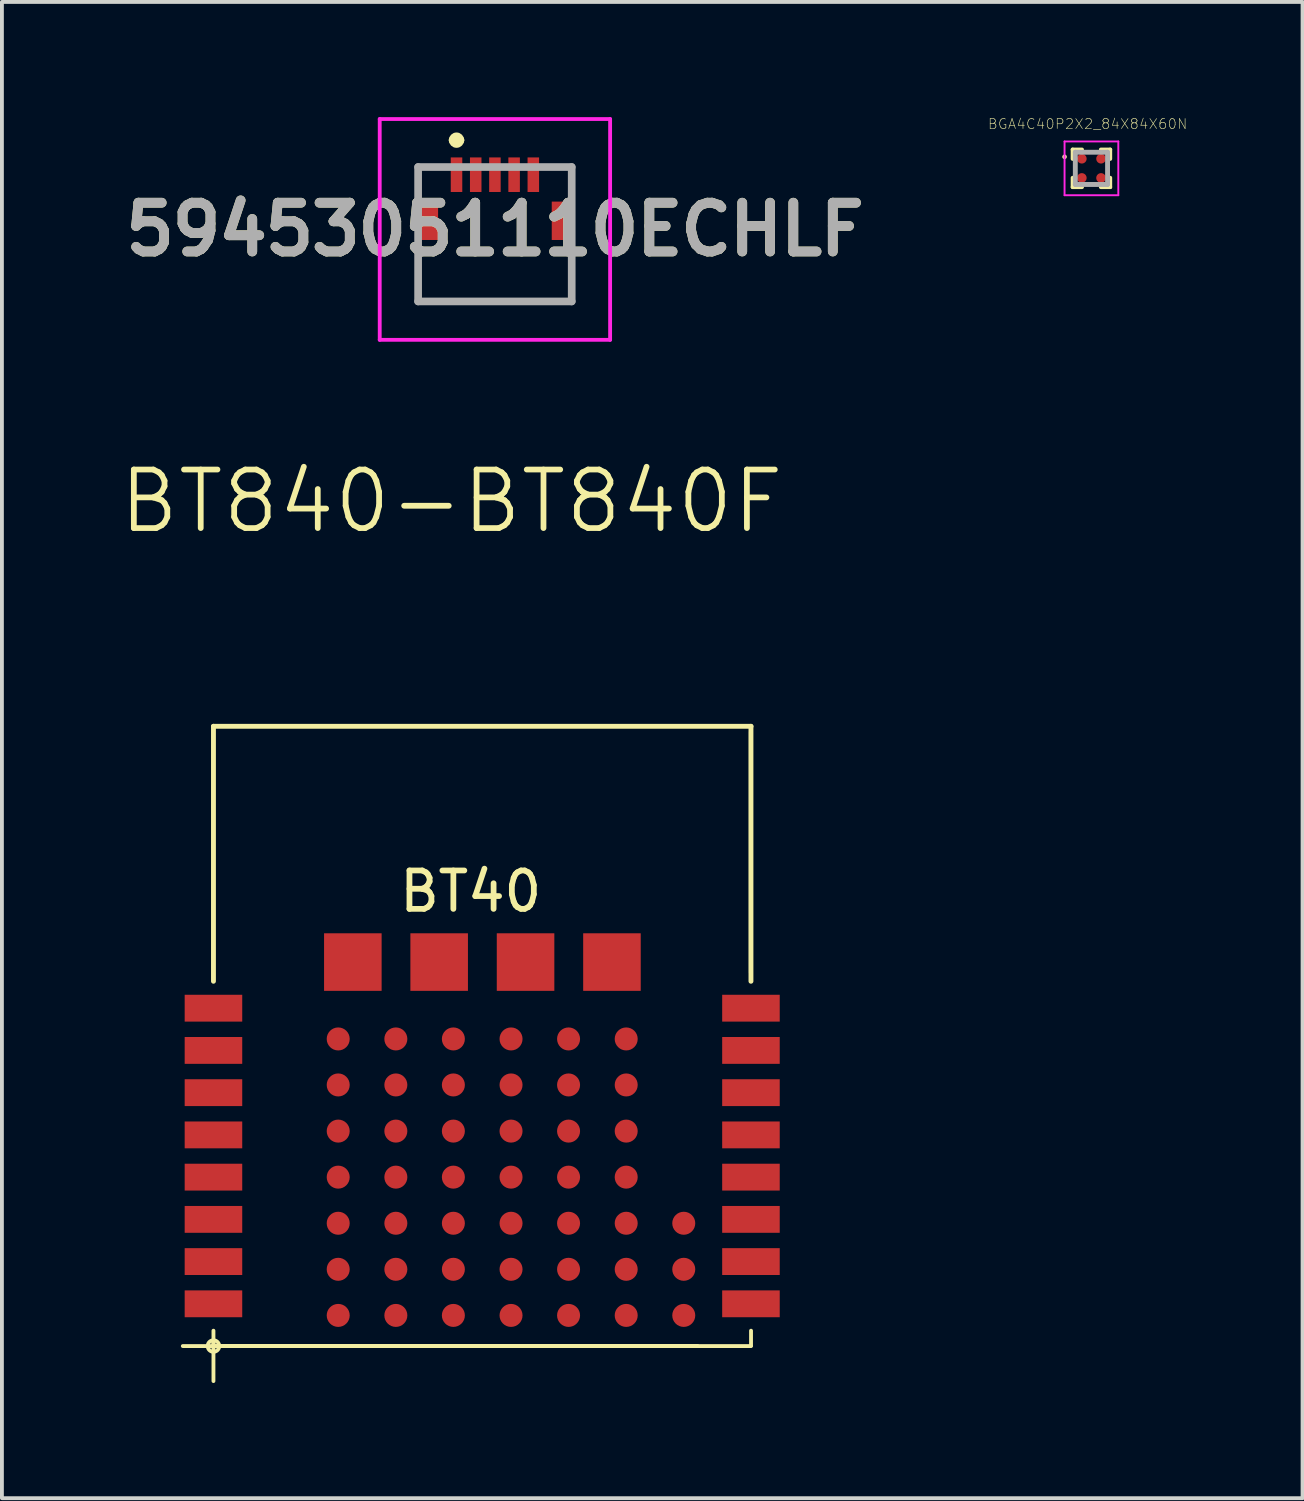
<source format=kicad_pcb>
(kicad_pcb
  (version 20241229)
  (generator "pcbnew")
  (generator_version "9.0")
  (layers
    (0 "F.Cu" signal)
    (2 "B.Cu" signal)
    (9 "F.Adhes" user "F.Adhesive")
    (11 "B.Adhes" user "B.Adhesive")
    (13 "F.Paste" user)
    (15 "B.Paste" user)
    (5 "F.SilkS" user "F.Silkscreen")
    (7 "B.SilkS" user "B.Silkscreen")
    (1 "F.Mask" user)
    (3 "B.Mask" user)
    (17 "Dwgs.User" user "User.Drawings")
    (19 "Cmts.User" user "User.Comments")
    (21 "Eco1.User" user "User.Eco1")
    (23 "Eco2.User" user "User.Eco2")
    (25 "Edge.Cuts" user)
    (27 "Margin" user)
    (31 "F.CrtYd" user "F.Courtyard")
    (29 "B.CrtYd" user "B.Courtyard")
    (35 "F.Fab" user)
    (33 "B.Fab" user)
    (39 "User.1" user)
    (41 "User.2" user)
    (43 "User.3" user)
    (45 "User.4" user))
  (footprint "BGA4C40P2X2_84X84X60N"
    (layer "F.Cu")
    (at 25.374 1.334)
    (property "Reference" "BGA4C40P2X2_84X84X60N" (at -0.099 -1.156 0) (layer "F.SilkS") (effects (font (size 0.26 0.26) (thickness 0.015))))
    (attr through_hole)
    (fp_line (start -0.49 -0.245) (end -0.49 -0.49) (stroke (width 0.1) (type solid)) (layer "F.SilkS"))
    (fp_line (start -0.49 0.49) (end -0.49 0.245) (stroke (width 0.1) (type solid)) (layer "F.SilkS"))
    (fp_line (start -0.245 -0.49) (end -0.49 -0.49) (stroke (width 0.1) (type solid)) (layer "F.SilkS"))
    (fp_line (start -0.245 0.49) (end -0.49 0.49) (stroke (width 0.1) (type solid)) (layer "F.SilkS"))
    (fp_line (start 0.49 -0.49) (end 0.245 -0.49) (stroke (width 0.1) (type solid)) (layer "F.SilkS"))
    (fp_line (start 0.49 -0.49) (end 0.49 -0.245) (stroke (width 0.1) (type solid)) (layer "F.SilkS"))
    (fp_line (start 0.49 0.245) (end 0.49 0.49) (stroke (width 0.1) (type solid)) (layer "F.SilkS"))
    (fp_line (start 0.49 0.49) (end 0.245 0.49) (stroke (width 0.1) (type solid)) (layer "F.SilkS"))
    (fp_circle (center -0.7 -0.3) (end -0.67 -0.3) (stroke (width 0.06) (type solid)) (fill no) (layer "F.SilkS"))
    (fp_line (start -0.7 -0.7) (end 0.7 -0.7) (stroke (width 0.05) (type solid)) (layer "F.CrtYd"))
    (fp_line (start -0.7 0.7) (end -0.7 -0.7) (stroke (width 0.05) (type solid)) (layer "F.CrtYd"))
    (fp_line (start 0.7 -0.7) (end 0.7 0.7) (stroke (width 0.05) (type solid)) (layer "F.CrtYd"))
    (fp_line (start 0.7 0.7) (end -0.7 0.7) (stroke (width 0.05) (type solid)) (layer "F.CrtYd"))
    (fp_line (start -0.42 -0.42) (end -0.42 0.42) (stroke (width 0.127) (type solid)) (layer "F.Fab"))
    (fp_line (start -0.42 0.42) (end 0.42 0.42) (stroke (width 0.127) (type solid)) (layer "F.Fab"))
    (fp_line (start 0.42 -0.42) (end -0.42 -0.42) (stroke (width 0.127) (type solid)) (layer "F.Fab"))
    (fp_line (start 0.42 0.42) (end 0.42 -0.42) (stroke (width 0.127) (type solid)) (layer "F.Fab"))
    (pad "A1" smd circle (at -0.25 -0.25) (size 0.25 0.25) (layers "F.Cu" "F.Mask" "F.Paste"))
    (pad "A2" smd circle (at 0.25 -0.25) (size 0.25 0.25) (layers "F.Cu" "F.Mask" "F.Paste"))
    (pad "B1" smd circle (at -0.25 0.25) (size 0.25 0.25) (layers "F.Cu" "F.Mask" "F.Paste"))
    (pad "B2" smd circle (at 0.25 0.25) (size 0.25 0.25) (layers "F.Cu" "F.Mask" "F.Paste")))
  (footprint "59453051110ECHLF"
    (layer "F.Cu")
    (at 9.839 2.7)
    (property "Reference" "59453051110ECHLF" (at 0 0.225 0) (layer "F.SilkS") (effects (font (size 1.27 1.27) (thickness 0.254))))
    (attr smd)
    (fp_line (start -2 -1.4) (end -2 -0.8) (stroke (width 0.1) (type solid)) (layer "F.SilkS"))
    (fp_line (start -2 0.8) (end -2 2.1) (stroke (width 0.1) (type solid)) (layer "F.SilkS"))
    (fp_line (start -2 2.1) (end 2 2.1) (stroke (width 0.1) (type solid)) (layer "F.SilkS"))
    (fp_line (start -1.4 -1.4) (end -2 -1.4) (stroke (width 0.1) (type solid)) (layer "F.SilkS"))
    (fp_line (start -1.1 -2.1) (end -1.1 -2.1) (stroke (width 0.2) (type solid)) (layer "F.SilkS"))
    (fp_line (start -0.9 -2.1) (end -0.9 -2.1) (stroke (width 0.2) (type solid)) (layer "F.SilkS"))
    (fp_line (start 1.4 -1.4) (end 2 -1.4) (stroke (width 0.1) (type solid)) (layer "F.SilkS"))
    (fp_line (start 2 -1.4) (end 2 -0.8) (stroke (width 0.1) (type solid)) (layer "F.SilkS"))
    (fp_line (start 2 2.1) (end 2 0.8) (stroke (width 0.1) (type solid)) (layer "F.SilkS"))
    (fp_arc (start -1.1 -2.1) (mid -1 -2.2) (end -0.9 -2.1) (stroke (width 0.2) (type solid)) (layer "F.SilkS"))
    (fp_arc (start -0.9 -2.1) (mid -1 -2) (end -1.1 -2.1) (stroke (width 0.2) (type solid)) (layer "F.SilkS"))
    (fp_line (start -3 -2.65) (end 3 -2.65) (stroke (width 0.1) (type solid)) (layer "F.CrtYd"))
    (fp_line (start -3 3.1) (end -3 -2.65) (stroke (width 0.1) (type solid)) (layer "F.CrtYd"))
    (fp_line (start 3 -2.65) (end 3 3.1) (stroke (width 0.1) (type solid)) (layer "F.CrtYd"))
    (fp_line (start 3 3.1) (end -3 3.1) (stroke (width 0.1) (type solid)) (layer "F.CrtYd"))
    (fp_line (start -2 -1.4) (end 2 -1.4) (stroke (width 0.2) (type solid)) (layer "F.Fab"))
    (fp_line (start -2 2.1) (end -2 -1.4) (stroke (width 0.2) (type solid)) (layer "F.Fab"))
    (fp_line (start 2 -1.4) (end 2 2.1) (stroke (width 0.2) (type solid)) (layer "F.Fab"))
    (fp_line (start 2 2.1) (end -2 2.1) (stroke (width 0.2) (type solid)) (layer "F.Fab"))
    (fp_text user "${REFERENCE}" (at 0 0.225 0) (layer "F.Fab") (effects (font (size 1.27 1.27) (thickness 0.254))))
    (pad "1" smd rect (at -1 -1.2) (size 0.3 0.9) (layers "F.Cu" "F.Mask" "F.Paste"))
    (pad "2" smd rect (at -0.5 -1.2) (size 0.3 0.9) (layers "F.Cu" "F.Mask" "F.Paste"))
    (pad "3" smd rect (at 0 -1.2) (size 0.3 0.9) (layers "F.Cu" "F.Mask" "F.Paste"))
    (pad "4" smd rect (at 0.5 -1.2) (size 0.3 0.9) (layers "F.Cu" "F.Mask" "F.Paste"))
    (pad "5" smd rect (at 1 -1.2) (size 0.3 0.9) (layers "F.Cu" "F.Mask" "F.Paste"))
    (pad "6" smd rect (at -1.74 0) (size 0.52 1) (layers "F.Cu" "F.Mask" "F.Paste"))
    (pad "7" smd rect (at 1.74 0) (size 0.52 1) (layers "F.Cu" "F.Mask" "F.Paste")))
  (footprint "BT840-BT840F"
    (layer "F.Cu")
    (at 2.509 32.005)
    (property "Reference" "BT840-BT840F" (at 6.2 -22 0) (layer "F.SilkS") (effects (font (size 1.524 1.524) (thickness 0.15))))
    (attr smd)
    (fp_line (start -0.798 0) (end 0 0) (stroke (width 0.1) (type solid)) (layer "F.SilkS"))
    (fp_line (start 0 -16.14) (end 14 -16.14) (stroke (width 0.127) (type solid)) (layer "F.SilkS"))
    (fp_line (start 0 -9.5) (end 0 -16.14) (stroke (width 0.127) (type solid)) (layer "F.SilkS"))
    (fp_line (start 0 -0.15) (end 0 0) (stroke (width 0.1) (type solid)) (layer "F.SilkS"))
    (fp_line (start 0 0) (end 0 -0.4) (stroke (width 0.1) (type solid)) (layer "F.SilkS"))
    (fp_line (start 0 0) (end 0 0) (stroke (width 0.1) (type solid)) (layer "F.SilkS"))
    (fp_line (start 0 0) (end 12.598 0) (stroke (width 0.1) (type solid)) (layer "F.SilkS"))
    (fp_line (start 0 0.15) (end 0 0) (stroke (width 0.1) (type solid)) (layer "F.SilkS"))
    (fp_line (start 0 0.912) (end 0 0.15) (stroke (width 0.1) (type solid)) (layer "F.SilkS"))
    (fp_line (start 12.598 0) (end 0 0) (stroke (width 0.1) (type solid)) (layer "F.SilkS"))
    (fp_line (start 12.598 0) (end 12.598 0) (stroke (width 0.1) (type solid)) (layer "F.SilkS"))
    (fp_line (start 13.995 -15.997) (end 13.995 -9.723) (stroke (width 0.1) (type solid)) (layer "F.SilkS"))
    (fp_line (start 13.998 -16.14) (end 13.998 -9.5) (stroke (width 0.127) (type solid)) (layer "F.SilkS"))
    (fp_line (start 13.998 0) (end 0 0) (stroke (width 0.1) (type solid)) (layer "F.SilkS"))
    (fp_line (start 14 -15.999) (end 13.998 -15.999) (stroke (width 0.1) (type solid)) (layer "F.SilkS"))
    (fp_line (start 14 -0.4) (end 14 -0.008) (stroke (width 0.1) (type solid)) (layer "F.SilkS"))
    (fp_arc (start 0 -0.14986) (mid 0.14986 0) (end 0 0.14986) (stroke (width 0.1) (type solid)) (layer "F.SilkS"))
    (fp_arc (start 0 0.14986) (mid -0.14986 0) (end 0 -0.14986) (stroke (width 0.1) (type solid)) (layer "F.SilkS"))
    (fp_text user "BT40" (at 6.7 -11.84 0) (layer "F.SilkS") (effects (font (size 1 1) (thickness 0.15))))
    (pad "P$1" smd rect (at 0 -8.799 180) (size 1.499 0.699) (layers "F.Cu" "F.Mask" "F.Paste"))
    (pad "P$2" smd rect (at 0 -7.699) (size 1.499 0.699) (layers "F.Cu" "F.Mask" "F.Paste"))
    (pad "P$3" smd rect (at 0 -6.599) (size 1.499 0.699) (layers "F.Cu" "F.Mask" "F.Paste"))
    (pad "P$4" smd rect (at 0 -5.499) (size 1.499 0.699) (layers "F.Cu" "F.Mask" "F.Paste"))
    (pad "P$5" smd rect (at 0 -4.399) (size 1.499 0.699) (layers "F.Cu" "F.Mask" "F.Paste"))
    (pad "P$6" smd rect (at 0 -3.299) (size 1.499 0.699) (layers "F.Cu" "F.Mask" "F.Paste"))
    (pad "P$7" smd rect (at 0 -2.2) (size 1.499 0.699) (layers "F.Cu" "F.Mask" "F.Paste"))
    (pad "P$8" smd rect (at 0 -1.1) (size 1.499 0.699) (layers "F.Cu" "F.Mask" "F.Paste"))
    (pad "P$9" smd rect (at 13.998 -1.1) (size 1.499 0.699) (layers "F.Cu" "F.Mask" "F.Paste"))
    (pad "P$10" smd rect (at 13.998 -2.2) (size 1.499 0.699) (layers "F.Cu" "F.Mask" "F.Paste"))
    (pad "P$11" smd rect (at 13.998 -3.299) (size 1.499 0.699) (layers "F.Cu" "F.Mask" "F.Paste"))
    (pad "P$12" smd rect (at 13.998 -4.399) (size 1.499 0.699) (layers "F.Cu" "F.Mask" "F.Paste"))
    (pad "P$13" smd rect (at 13.998 -5.499) (size 1.499 0.699) (layers "F.Cu" "F.Mask" "F.Paste"))
    (pad "P$14" smd rect (at 13.998 -6.599) (size 1.499 0.699) (layers "F.Cu" "F.Mask" "F.Paste"))
    (pad "P$15" smd rect (at 13.998 -7.699) (size 1.499 0.699) (layers "F.Cu" "F.Mask" "F.Paste"))
    (pad "P$16" smd rect (at 13.998 -8.799) (size 1.499 0.699) (layers "F.Cu" "F.Mask" "F.Paste"))
    (pad "P$A0" smd circle (at 4.75 -7.998 180) (size 0.599 0.599) (layers "F.Cu" "F.Mask" "F.Paste"))
    (pad "P$A1" smd circle (at 4.75 -6.8 180) (size 0.599 0.599) (layers "F.Cu" "F.Mask" "F.Paste"))
    (pad "P$A2" smd circle (at 4.75 -5.598 180) (size 0.599 0.599) (layers "F.Cu" "F.Mask" "F.Paste"))
    (pad "P$A3" smd circle (at 4.75 -4.399 180) (size 0.599 0.599) (layers "F.Cu" "F.Mask" "F.Paste"))
    (pad "P$A4" smd circle (at 4.75 -3.198 180) (size 0.599 0.599) (layers "F.Cu" "F.Mask" "F.Paste"))
    (pad "P$A5" smd circle (at 4.75 -1.999) (size 0.599 0.599) (layers "F.Cu" "F.Mask" "F.Paste"))
    (pad "P$A6" smd circle (at 4.75 -0.798) (size 0.599 0.599) (layers "F.Cu" "F.Mask" "F.Paste"))
    (pad "P$B0" smd circle (at 6.248 -7.998 180) (size 0.599 0.599) (layers "F.Cu" "F.Mask" "F.Paste"))
    (pad "P$B1" smd circle (at 6.248 -6.8 180) (size 0.599 0.599) (layers "F.Cu" "F.Mask" "F.Paste"))
    (pad "P$B2" smd circle (at 6.248 -5.598 180) (size 0.599 0.599) (layers "F.Cu" "F.Mask" "F.Paste"))
    (pad "P$B3" smd circle (at 6.248 -4.399 180) (size 0.599 0.599) (layers "F.Cu" "F.Mask" "F.Paste"))
    (pad "P$B4" smd circle (at 6.248 -3.198 180) (size 0.599 0.599) (layers "F.Cu" "F.Mask" "F.Paste"))
    (pad "P$B5" smd circle (at 6.248 -1.999 180) (size 0.599 0.599) (layers "F.Cu" "F.Mask" "F.Paste"))
    (pad "P$B6" smd circle (at 6.248 -0.798 180) (size 0.599 0.599) (layers "F.Cu" "F.Mask" "F.Paste"))
    (pad "P$C0" smd circle (at 7.75 -7.998 180) (size 0.599 0.599) (layers "F.Cu" "F.Mask" "F.Paste"))
    (pad "P$C1" smd circle (at 7.75 -6.8 180) (size 0.599 0.599) (layers "F.Cu" "F.Mask" "F.Paste"))
    (pad "P$C2" smd circle (at 7.75 -5.598 180) (size 0.599 0.599) (layers "F.Cu" "F.Mask" "F.Paste"))
    (pad "P$C3" smd circle (at 7.75 -4.399 180) (size 0.599 0.599) (layers "F.Cu" "F.Mask" "F.Paste"))
    (pad "P$C4" smd circle (at 7.75 -3.198 180) (size 0.599 0.599) (layers "F.Cu" "F.Mask" "F.Paste"))
    (pad "P$C5" smd circle (at 7.75 -1.999 180) (size 0.599 0.599) (layers "F.Cu" "F.Mask" "F.Paste"))
    (pad "P$C6" smd circle (at 7.75 -0.798 180) (size 0.599 0.599) (layers "F.Cu" "F.Mask" "F.Paste"))
    (pad "P$D0" smd circle (at 9.248 -7.998 180) (size 0.599 0.599) (layers "F.Cu" "F.Mask" "F.Paste"))
    (pad "P$D1" smd circle (at 9.248 -6.8 180) (size 0.599 0.599) (layers "F.Cu" "F.Mask" "F.Paste"))
    (pad "P$D2" smd circle (at 9.248 -5.598 180) (size 0.599 0.599) (layers "F.Cu" "F.Mask" "F.Paste"))
    (pad "P$D3" smd circle (at 9.248 -4.399 180) (size 0.599 0.599) (layers "F.Cu" "F.Mask" "F.Paste"))
    (pad "P$D4" smd circle (at 9.248 -3.198 180) (size 0.599 0.599) (layers "F.Cu" "F.Mask" "F.Paste"))
    (pad "P$D5" smd circle (at 9.248 -1.999 180) (size 0.599 0.599) (layers "F.Cu" "F.Mask" "F.Paste"))
    (pad "P$D6" smd circle (at 9.248 -0.798 180) (size 0.599 0.599) (layers "F.Cu" "F.Mask" "F.Paste"))
    (pad "P$E0" smd circle (at 10.749 -7.998 180) (size 0.599 0.599) (layers "F.Cu" "F.Mask" "F.Paste"))
    (pad "P$E1" smd circle (at 10.749 -6.8 180) (size 0.599 0.599) (layers "F.Cu" "F.Mask" "F.Paste"))
    (pad "P$E2" smd circle (at 10.749 -5.598 180) (size 0.599 0.599) (layers "F.Cu" "F.Mask" "F.Paste"))
    (pad "P$E3" smd circle (at 10.749 -4.399 180) (size 0.599 0.599) (layers "F.Cu" "F.Mask" "F.Paste"))
    (pad "P$E4" smd circle (at 10.749 -3.198 180) (size 0.599 0.599) (layers "F.Cu" "F.Mask" "F.Paste"))
    (pad "P$E5" smd circle (at 10.749 -1.999) (size 0.599 0.599) (layers "F.Cu" "F.Mask" "F.Paste"))
    (pad "P$E6" smd circle (at 10.749 -0.798) (size 0.599 0.599) (layers "F.Cu" "F.Mask" "F.Paste"))
    (pad "P$F0" smd rect (at 3.63 -10) (size 1.499 1.499) (layers "F.Cu" "F.Mask" "F.Paste"))
    (pad "P$F1" smd rect (at 5.878 -10) (size 1.499 1.499) (layers "F.Cu" "F.Mask" "F.Paste"))
    (pad "P$F2" smd rect (at 8.128 -10) (size 1.499 1.499) (layers "F.Cu" "F.Mask" "F.Paste"))
    (pad "P$F3" smd rect (at 10.378 -10) (size 1.499 1.499) (layers "F.Cu" "F.Mask" "F.Paste"))
    (pad "P$F4" smd circle (at 12.248 -3.198 180) (size 0.599 0.599) (layers "F.Cu" "F.Mask" "F.Paste"))
    (pad "P$F5" smd circle (at 12.248 -1.999) (size 0.599 0.599) (layers "F.Cu" "F.Mask" "F.Paste"))
    (pad "P$F6" smd circle (at 12.248 -0.798) (size 0.599 0.599) (layers "F.Cu" "F.Mask" "F.Paste"))
    (pad "P$Z0" smd circle (at 3.249 -7.998 180) (size 0.599 0.599) (layers "F.Cu" "F.Mask" "F.Paste"))
    (pad "P$Z1" smd circle (at 3.249 -6.8 180) (size 0.599 0.599) (layers "F.Cu" "F.Mask" "F.Paste"))
    (pad "P$Z2" smd circle (at 3.249 -5.598 180) (size 0.599 0.599) (layers "F.Cu" "F.Mask" "F.Paste"))
    (pad "P$Z3" smd circle (at 3.249 -4.399 180) (size 0.599 0.599) (layers "F.Cu" "F.Mask" "F.Paste"))
    (pad "P$Z4" smd circle (at 3.249 -3.198 180) (size 0.599 0.599) (layers "F.Cu" "F.Mask" "F.Paste"))
    (pad "P$Z5" smd circle (at 3.249 -1.999) (size 0.599 0.599) (layers "F.Cu" "F.Mask" "F.Paste"))
    (pad "P$Z6" smd circle (at 3.249 -0.798) (size 0.599 0.599) (layers "F.Cu" "F.Mask" "F.Paste")))
  (gr_rect
    (start -3 -3)
    (end 30.872 35.967)
    (stroke (width 0.1) (type default))
    (fill no)
    (layer "Edge.Cuts")))
</source>
